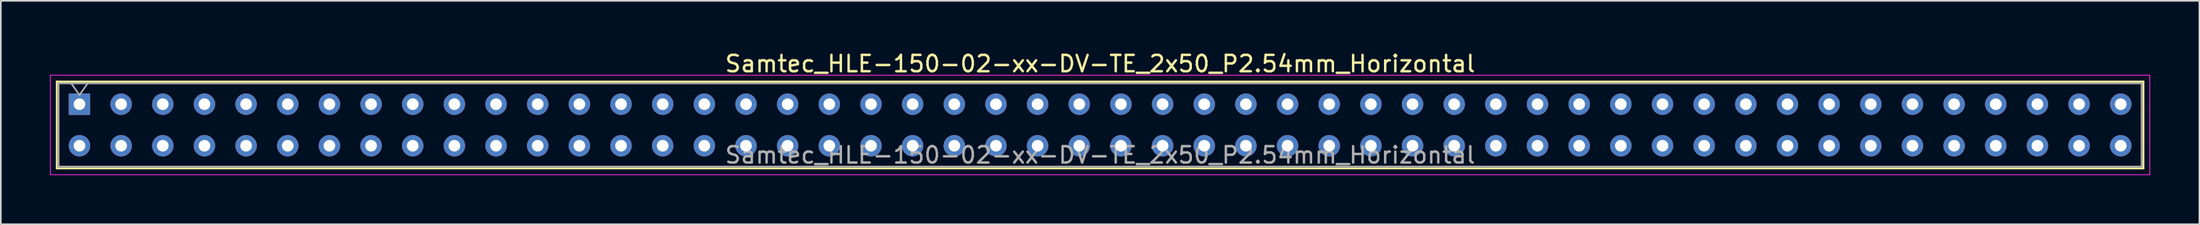
<source format=kicad_pcb>
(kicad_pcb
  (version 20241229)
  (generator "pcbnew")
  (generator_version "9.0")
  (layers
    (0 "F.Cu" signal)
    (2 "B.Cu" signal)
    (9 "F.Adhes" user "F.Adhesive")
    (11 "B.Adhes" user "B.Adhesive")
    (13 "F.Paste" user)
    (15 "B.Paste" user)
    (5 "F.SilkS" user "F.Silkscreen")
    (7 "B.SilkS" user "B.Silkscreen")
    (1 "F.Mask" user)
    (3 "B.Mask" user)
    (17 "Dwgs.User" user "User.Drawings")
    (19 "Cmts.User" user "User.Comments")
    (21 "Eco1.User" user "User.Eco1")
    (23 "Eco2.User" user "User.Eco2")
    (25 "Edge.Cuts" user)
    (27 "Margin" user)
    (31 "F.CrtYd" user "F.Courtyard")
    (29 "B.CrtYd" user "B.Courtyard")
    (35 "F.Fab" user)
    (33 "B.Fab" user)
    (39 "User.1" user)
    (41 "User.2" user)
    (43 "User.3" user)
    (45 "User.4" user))
  (footprint "Samtec_HLE-150-02-xx-DV-TE_2x50_P2.54mm_Horizontal"
    (layer "F.Cu")
    (at 1.795 3.318)
    (property "Reference" "Samtec_HLE-150-02-xx-DV-TE_2x50_P2.54mm_Horizontal" (at 62.23 -2.47 0) (layer "F.SilkS") (effects (font (size 1 1) (thickness 0.15))))
    (attr through_hole)
    (fp_line (start -1.38 -1.38) (end 125.84 -1.38) (stroke (width 0.12) (type solid)) (layer "F.SilkS"))
    (fp_line (start -1.38 3.92) (end -1.38 -1.38) (stroke (width 0.12) (type solid)) (layer "F.SilkS"))
    (fp_line (start 125.84 -1.38) (end 125.84 3.92) (stroke (width 0.12) (type solid)) (layer "F.SilkS"))
    (fp_line (start 125.84 3.92) (end -1.38 3.92) (stroke (width 0.12) (type solid)) (layer "F.SilkS"))
    (fp_line (start -1.77 -1.77) (end 126.23 -1.77) (stroke (width 0.05) (type solid)) (layer "F.CrtYd"))
    (fp_line (start -1.77 4.31) (end -1.77 -1.77) (stroke (width 0.05) (type solid)) (layer "F.CrtYd"))
    (fp_line (start 126.23 -1.77) (end 126.23 4.31) (stroke (width 0.05) (type solid)) (layer "F.CrtYd"))
    (fp_line (start 126.23 4.31) (end -1.77 4.31) (stroke (width 0.05) (type solid)) (layer "F.CrtYd"))
    (fp_line (start -1.27 -1.27) (end 125.73 -1.27) (stroke (width 0.1) (type solid)) (layer "F.Fab"))
    (fp_line (start -1.27 3.81) (end -1.27 -1.27) (stroke (width 0.1) (type solid)) (layer "F.Fab"))
    (fp_line (start -0.5 -1.27) (end 0 -0.563) (stroke (width 0.1) (type solid)) (layer "F.Fab"))
    (fp_line (start 0 -0.563) (end 0.5 -1.27) (stroke (width 0.1) (type solid)) (layer "F.Fab"))
    (fp_line (start 125.73 -1.27) (end 125.73 3.81) (stroke (width 0.1) (type solid)) (layer "F.Fab"))
    (fp_line (start 125.73 3.81) (end -1.27 3.81) (stroke (width 0.1) (type solid)) (layer "F.Fab"))
    (fp_text user "${REFERENCE}" (at 62.23 3.11 0) (layer "F.Fab") (effects (font (size 1 1) (thickness 0.15))))
    (pad "1" thru_hole rect (at 0 0) (size 1.31 1.31) (drill 0.71) (layers "*.Cu" "*.Mask"))
    (pad "2" thru_hole circle (at 0 2.54) (size 1.31 1.31) (drill 0.71) (layers "*.Cu" "*.Mask"))
    (pad "3" thru_hole circle (at 2.54 0) (size 1.31 1.31) (drill 0.71) (layers "*.Cu" "*.Mask"))
    (pad "4" thru_hole circle (at 2.54 2.54) (size 1.31 1.31) (drill 0.71) (layers "*.Cu" "*.Mask"))
    (pad "5" thru_hole circle (at 5.08 0) (size 1.31 1.31) (drill 0.71) (layers "*.Cu" "*.Mask"))
    (pad "6" thru_hole circle (at 5.08 2.54) (size 1.31 1.31) (drill 0.71) (layers "*.Cu" "*.Mask"))
    (pad "7" thru_hole circle (at 7.62 0) (size 1.31 1.31) (drill 0.71) (layers "*.Cu" "*.Mask"))
    (pad "8" thru_hole circle (at 7.62 2.54) (size 1.31 1.31) (drill 0.71) (layers "*.Cu" "*.Mask"))
    (pad "9" thru_hole circle (at 10.16 0) (size 1.31 1.31) (drill 0.71) (layers "*.Cu" "*.Mask"))
    (pad "10" thru_hole circle (at 10.16 2.54) (size 1.31 1.31) (drill 0.71) (layers "*.Cu" "*.Mask"))
    (pad "11" thru_hole circle (at 12.7 0) (size 1.31 1.31) (drill 0.71) (layers "*.Cu" "*.Mask"))
    (pad "12" thru_hole circle (at 12.7 2.54) (size 1.31 1.31) (drill 0.71) (layers "*.Cu" "*.Mask"))
    (pad "13" thru_hole circle (at 15.24 0) (size 1.31 1.31) (drill 0.71) (layers "*.Cu" "*.Mask"))
    (pad "14" thru_hole circle (at 15.24 2.54) (size 1.31 1.31) (drill 0.71) (layers "*.Cu" "*.Mask"))
    (pad "15" thru_hole circle (at 17.78 0) (size 1.31 1.31) (drill 0.71) (layers "*.Cu" "*.Mask"))
    (pad "16" thru_hole circle (at 17.78 2.54) (size 1.31 1.31) (drill 0.71) (layers "*.Cu" "*.Mask"))
    (pad "17" thru_hole circle (at 20.32 0) (size 1.31 1.31) (drill 0.71) (layers "*.Cu" "*.Mask"))
    (pad "18" thru_hole circle (at 20.32 2.54) (size 1.31 1.31) (drill 0.71) (layers "*.Cu" "*.Mask"))
    (pad "19" thru_hole circle (at 22.86 0) (size 1.31 1.31) (drill 0.71) (layers "*.Cu" "*.Mask"))
    (pad "20" thru_hole circle (at 22.86 2.54) (size 1.31 1.31) (drill 0.71) (layers "*.Cu" "*.Mask"))
    (pad "21" thru_hole circle (at 25.4 0) (size 1.31 1.31) (drill 0.71) (layers "*.Cu" "*.Mask"))
    (pad "22" thru_hole circle (at 25.4 2.54) (size 1.31 1.31) (drill 0.71) (layers "*.Cu" "*.Mask"))
    (pad "23" thru_hole circle (at 27.94 0) (size 1.31 1.31) (drill 0.71) (layers "*.Cu" "*.Mask"))
    (pad "24" thru_hole circle (at 27.94 2.54) (size 1.31 1.31) (drill 0.71) (layers "*.Cu" "*.Mask"))
    (pad "25" thru_hole circle (at 30.48 0) (size 1.31 1.31) (drill 0.71) (layers "*.Cu" "*.Mask"))
    (pad "26" thru_hole circle (at 30.48 2.54) (size 1.31 1.31) (drill 0.71) (layers "*.Cu" "*.Mask"))
    (pad "27" thru_hole circle (at 33.02 0) (size 1.31 1.31) (drill 0.71) (layers "*.Cu" "*.Mask"))
    (pad "28" thru_hole circle (at 33.02 2.54) (size 1.31 1.31) (drill 0.71) (layers "*.Cu" "*.Mask"))
    (pad "29" thru_hole circle (at 35.56 0) (size 1.31 1.31) (drill 0.71) (layers "*.Cu" "*.Mask"))
    (pad "30" thru_hole circle (at 35.56 2.54) (size 1.31 1.31) (drill 0.71) (layers "*.Cu" "*.Mask"))
    (pad "31" thru_hole circle (at 38.1 0) (size 1.31 1.31) (drill 0.71) (layers "*.Cu" "*.Mask"))
    (pad "32" thru_hole circle (at 38.1 2.54) (size 1.31 1.31) (drill 0.71) (layers "*.Cu" "*.Mask"))
    (pad "33" thru_hole circle (at 40.64 0) (size 1.31 1.31) (drill 0.71) (layers "*.Cu" "*.Mask"))
    (pad "34" thru_hole circle (at 40.64 2.54) (size 1.31 1.31) (drill 0.71) (layers "*.Cu" "*.Mask"))
    (pad "35" thru_hole circle (at 43.18 0) (size 1.31 1.31) (drill 0.71) (layers "*.Cu" "*.Mask"))
    (pad "36" thru_hole circle (at 43.18 2.54) (size 1.31 1.31) (drill 0.71) (layers "*.Cu" "*.Mask"))
    (pad "37" thru_hole circle (at 45.72 0) (size 1.31 1.31) (drill 0.71) (layers "*.Cu" "*.Mask"))
    (pad "38" thru_hole circle (at 45.72 2.54) (size 1.31 1.31) (drill 0.71) (layers "*.Cu" "*.Mask"))
    (pad "39" thru_hole circle (at 48.26 0) (size 1.31 1.31) (drill 0.71) (layers "*.Cu" "*.Mask"))
    (pad "40" thru_hole circle (at 48.26 2.54) (size 1.31 1.31) (drill 0.71) (layers "*.Cu" "*.Mask"))
    (pad "41" thru_hole circle (at 50.8 0) (size 1.31 1.31) (drill 0.71) (layers "*.Cu" "*.Mask"))
    (pad "42" thru_hole circle (at 50.8 2.54) (size 1.31 1.31) (drill 0.71) (layers "*.Cu" "*.Mask"))
    (pad "43" thru_hole circle (at 53.34 0) (size 1.31 1.31) (drill 0.71) (layers "*.Cu" "*.Mask"))
    (pad "44" thru_hole circle (at 53.34 2.54) (size 1.31 1.31) (drill 0.71) (layers "*.Cu" "*.Mask"))
    (pad "45" thru_hole circle (at 55.88 0) (size 1.31 1.31) (drill 0.71) (layers "*.Cu" "*.Mask"))
    (pad "46" thru_hole circle (at 55.88 2.54) (size 1.31 1.31) (drill 0.71) (layers "*.Cu" "*.Mask"))
    (pad "47" thru_hole circle (at 58.42 0) (size 1.31 1.31) (drill 0.71) (layers "*.Cu" "*.Mask"))
    (pad "48" thru_hole circle (at 58.42 2.54) (size 1.31 1.31) (drill 0.71) (layers "*.Cu" "*.Mask"))
    (pad "49" thru_hole circle (at 60.96 0) (size 1.31 1.31) (drill 0.71) (layers "*.Cu" "*.Mask"))
    (pad "50" thru_hole circle (at 60.96 2.54) (size 1.31 1.31) (drill 0.71) (layers "*.Cu" "*.Mask"))
    (pad "51" thru_hole circle (at 63.5 0) (size 1.31 1.31) (drill 0.71) (layers "*.Cu" "*.Mask"))
    (pad "52" thru_hole circle (at 63.5 2.54) (size 1.31 1.31) (drill 0.71) (layers "*.Cu" "*.Mask"))
    (pad "53" thru_hole circle (at 66.04 0) (size 1.31 1.31) (drill 0.71) (layers "*.Cu" "*.Mask"))
    (pad "54" thru_hole circle (at 66.04 2.54) (size 1.31 1.31) (drill 0.71) (layers "*.Cu" "*.Mask"))
    (pad "55" thru_hole circle (at 68.58 0) (size 1.31 1.31) (drill 0.71) (layers "*.Cu" "*.Mask"))
    (pad "56" thru_hole circle (at 68.58 2.54) (size 1.31 1.31) (drill 0.71) (layers "*.Cu" "*.Mask"))
    (pad "57" thru_hole circle (at 71.12 0) (size 1.31 1.31) (drill 0.71) (layers "*.Cu" "*.Mask"))
    (pad "58" thru_hole circle (at 71.12 2.54) (size 1.31 1.31) (drill 0.71) (layers "*.Cu" "*.Mask"))
    (pad "59" thru_hole circle (at 73.66 0) (size 1.31 1.31) (drill 0.71) (layers "*.Cu" "*.Mask"))
    (pad "60" thru_hole circle (at 73.66 2.54) (size 1.31 1.31) (drill 0.71) (layers "*.Cu" "*.Mask"))
    (pad "61" thru_hole circle (at 76.2 0) (size 1.31 1.31) (drill 0.71) (layers "*.Cu" "*.Mask"))
    (pad "62" thru_hole circle (at 76.2 2.54) (size 1.31 1.31) (drill 0.71) (layers "*.Cu" "*.Mask"))
    (pad "63" thru_hole circle (at 78.74 0) (size 1.31 1.31) (drill 0.71) (layers "*.Cu" "*.Mask"))
    (pad "64" thru_hole circle (at 78.74 2.54) (size 1.31 1.31) (drill 0.71) (layers "*.Cu" "*.Mask"))
    (pad "65" thru_hole circle (at 81.28 0) (size 1.31 1.31) (drill 0.71) (layers "*.Cu" "*.Mask"))
    (pad "66" thru_hole circle (at 81.28 2.54) (size 1.31 1.31) (drill 0.71) (layers "*.Cu" "*.Mask"))
    (pad "67" thru_hole circle (at 83.82 0) (size 1.31 1.31) (drill 0.71) (layers "*.Cu" "*.Mask"))
    (pad "68" thru_hole circle (at 83.82 2.54) (size 1.31 1.31) (drill 0.71) (layers "*.Cu" "*.Mask"))
    (pad "69" thru_hole circle (at 86.36 0) (size 1.31 1.31) (drill 0.71) (layers "*.Cu" "*.Mask"))
    (pad "70" thru_hole circle (at 86.36 2.54) (size 1.31 1.31) (drill 0.71) (layers "*.Cu" "*.Mask"))
    (pad "71" thru_hole circle (at 88.9 0) (size 1.31 1.31) (drill 0.71) (layers "*.Cu" "*.Mask"))
    (pad "72" thru_hole circle (at 88.9 2.54) (size 1.31 1.31) (drill 0.71) (layers "*.Cu" "*.Mask"))
    (pad "73" thru_hole circle (at 91.44 0) (size 1.31 1.31) (drill 0.71) (layers "*.Cu" "*.Mask"))
    (pad "74" thru_hole circle (at 91.44 2.54) (size 1.31 1.31) (drill 0.71) (layers "*.Cu" "*.Mask"))
    (pad "75" thru_hole circle (at 93.98 0) (size 1.31 1.31) (drill 0.71) (layers "*.Cu" "*.Mask"))
    (pad "76" thru_hole circle (at 93.98 2.54) (size 1.31 1.31) (drill 0.71) (layers "*.Cu" "*.Mask"))
    (pad "77" thru_hole circle (at 96.52 0) (size 1.31 1.31) (drill 0.71) (layers "*.Cu" "*.Mask"))
    (pad "78" thru_hole circle (at 96.52 2.54) (size 1.31 1.31) (drill 0.71) (layers "*.Cu" "*.Mask"))
    (pad "79" thru_hole circle (at 99.06 0) (size 1.31 1.31) (drill 0.71) (layers "*.Cu" "*.Mask"))
    (pad "80" thru_hole circle (at 99.06 2.54) (size 1.31 1.31) (drill 0.71) (layers "*.Cu" "*.Mask"))
    (pad "81" thru_hole circle (at 101.6 0) (size 1.31 1.31) (drill 0.71) (layers "*.Cu" "*.Mask"))
    (pad "82" thru_hole circle (at 101.6 2.54) (size 1.31 1.31) (drill 0.71) (layers "*.Cu" "*.Mask"))
    (pad "83" thru_hole circle (at 104.14 0) (size 1.31 1.31) (drill 0.71) (layers "*.Cu" "*.Mask"))
    (pad "84" thru_hole circle (at 104.14 2.54) (size 1.31 1.31) (drill 0.71) (layers "*.Cu" "*.Mask"))
    (pad "85" thru_hole circle (at 106.68 0) (size 1.31 1.31) (drill 0.71) (layers "*.Cu" "*.Mask"))
    (pad "86" thru_hole circle (at 106.68 2.54) (size 1.31 1.31) (drill 0.71) (layers "*.Cu" "*.Mask"))
    (pad "87" thru_hole circle (at 109.22 0) (size 1.31 1.31) (drill 0.71) (layers "*.Cu" "*.Mask"))
    (pad "88" thru_hole circle (at 109.22 2.54) (size 1.31 1.31) (drill 0.71) (layers "*.Cu" "*.Mask"))
    (pad "89" thru_hole circle (at 111.76 0) (size 1.31 1.31) (drill 0.71) (layers "*.Cu" "*.Mask"))
    (pad "90" thru_hole circle (at 111.76 2.54) (size 1.31 1.31) (drill 0.71) (layers "*.Cu" "*.Mask"))
    (pad "91" thru_hole circle (at 114.3 0) (size 1.31 1.31) (drill 0.71) (layers "*.Cu" "*.Mask"))
    (pad "92" thru_hole circle (at 114.3 2.54) (size 1.31 1.31) (drill 0.71) (layers "*.Cu" "*.Mask"))
    (pad "93" thru_hole circle (at 116.84 0) (size 1.31 1.31) (drill 0.71) (layers "*.Cu" "*.Mask"))
    (pad "94" thru_hole circle (at 116.84 2.54) (size 1.31 1.31) (drill 0.71) (layers "*.Cu" "*.Mask"))
    (pad "95" thru_hole circle (at 119.38 0) (size 1.31 1.31) (drill 0.71) (layers "*.Cu" "*.Mask"))
    (pad "96" thru_hole circle (at 119.38 2.54) (size 1.31 1.31) (drill 0.71) (layers "*.Cu" "*.Mask"))
    (pad "97" thru_hole circle (at 121.92 0) (size 1.31 1.31) (drill 0.71) (layers "*.Cu" "*.Mask"))
    (pad "98" thru_hole circle (at 121.92 2.54) (size 1.31 1.31) (drill 0.71) (layers "*.Cu" "*.Mask"))
    (pad "99" thru_hole circle (at 124.46 0) (size 1.31 1.31) (drill 0.71) (layers "*.Cu" "*.Mask"))
    (pad "100" thru_hole circle (at 124.46 2.54) (size 1.31 1.31) (drill 0.71) (layers "*.Cu" "*.Mask")))
  (gr_rect
    (start -3 -3)
    (end 131.05 10.653)
    (stroke (width 0.1) (type default))
    (fill no)
    (layer "Edge.Cuts")))
</source>
